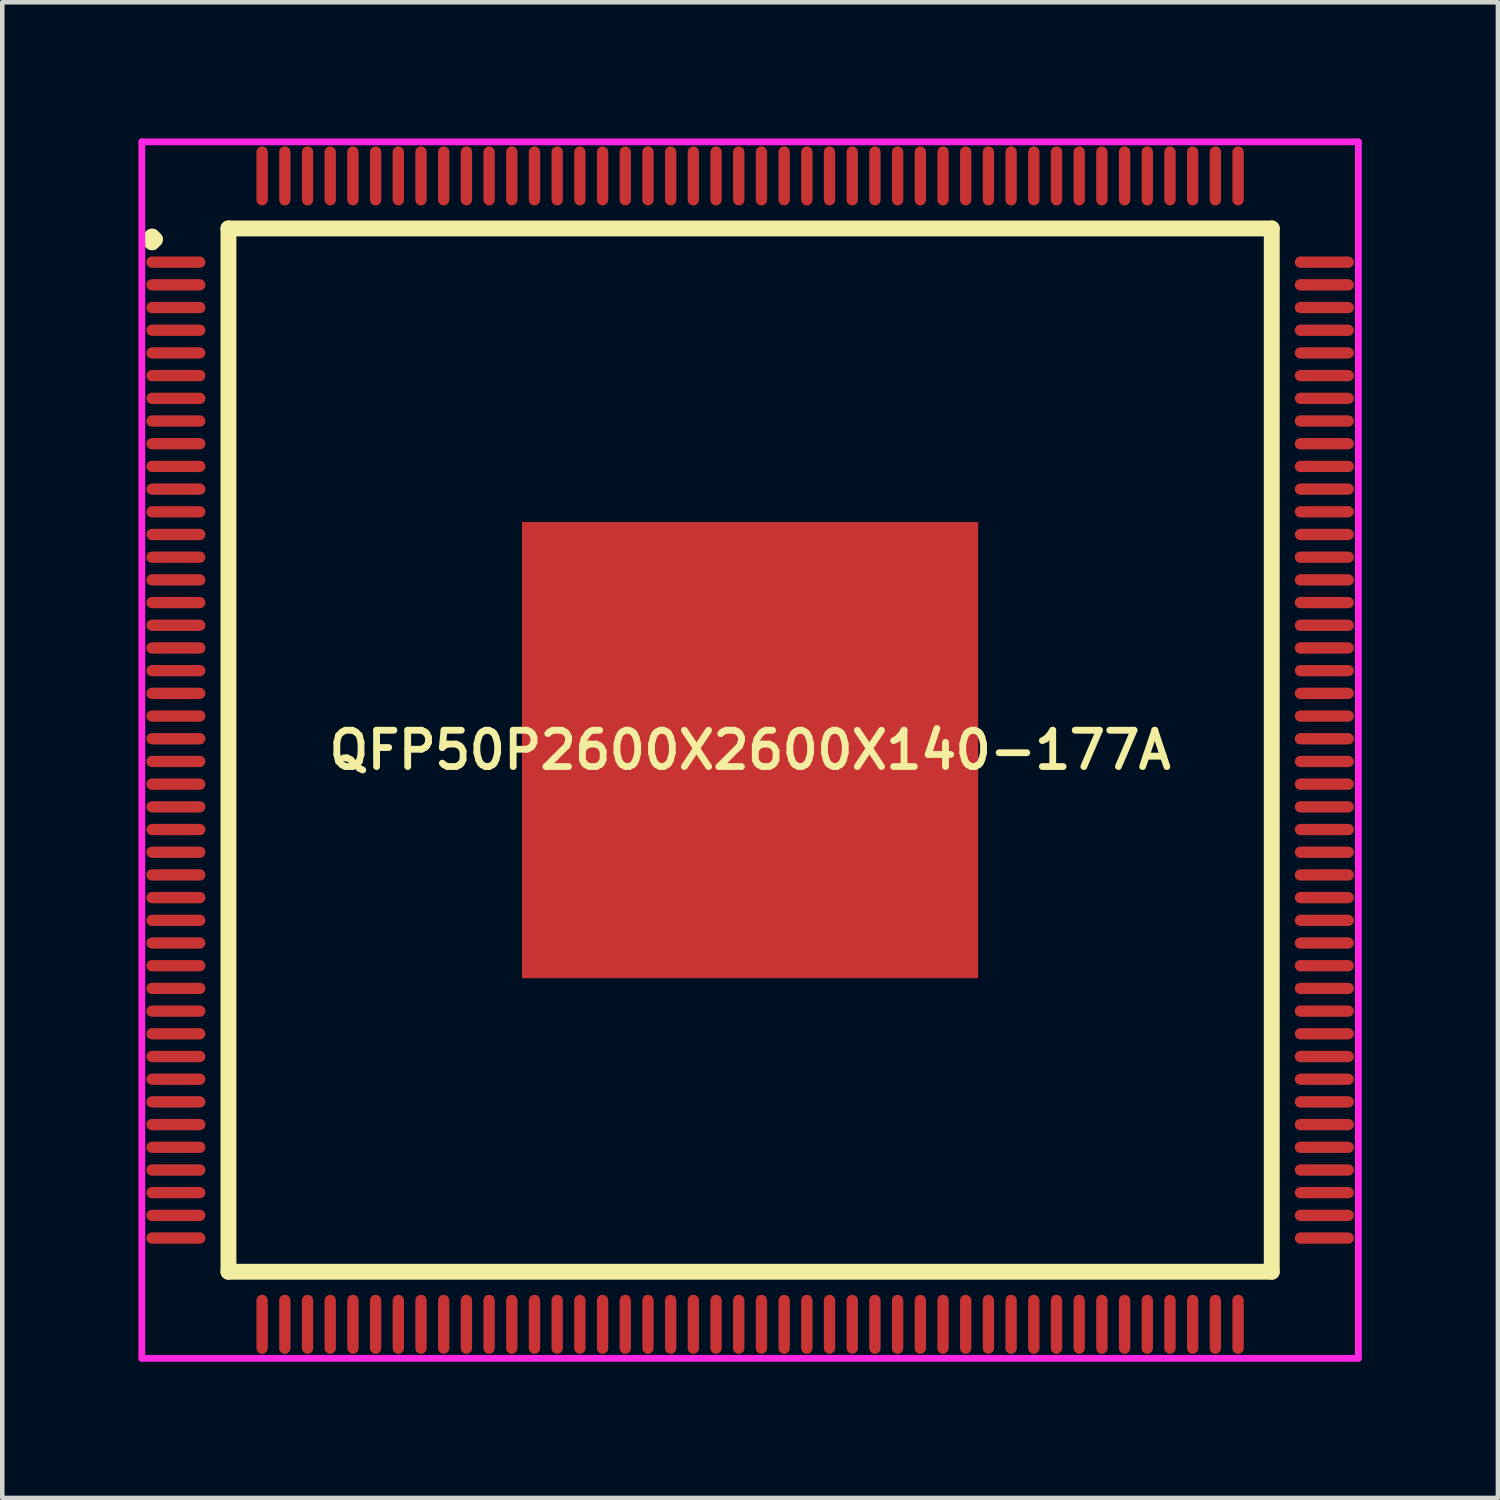
<source format=kicad_pcb>
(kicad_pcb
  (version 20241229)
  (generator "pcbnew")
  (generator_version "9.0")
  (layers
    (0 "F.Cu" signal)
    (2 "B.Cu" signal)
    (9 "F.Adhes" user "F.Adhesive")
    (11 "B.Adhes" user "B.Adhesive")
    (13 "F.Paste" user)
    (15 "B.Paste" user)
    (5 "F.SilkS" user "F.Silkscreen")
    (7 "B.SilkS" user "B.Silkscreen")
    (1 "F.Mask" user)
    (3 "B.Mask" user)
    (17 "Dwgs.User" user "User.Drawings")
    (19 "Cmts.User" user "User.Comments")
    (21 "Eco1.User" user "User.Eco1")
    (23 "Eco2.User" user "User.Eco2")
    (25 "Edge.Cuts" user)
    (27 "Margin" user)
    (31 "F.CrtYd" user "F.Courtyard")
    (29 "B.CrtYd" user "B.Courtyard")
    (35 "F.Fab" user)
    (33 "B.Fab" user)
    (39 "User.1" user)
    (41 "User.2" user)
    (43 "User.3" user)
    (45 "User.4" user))
  (footprint "QFP50P2600X2600X140-177A"
    (layer "F.Cu")
    (at 13.475 13.475)
    (property "Reference" "QFP50P2600X2600X140-177A" (at 0 0 0) (layer "F.SilkS") (effects (font (size 0.8 0.8) (thickness 0.15))))
    (attr smd)
    (fp_line (start -13.238 -11.25) (end -13.175 -11.312) (stroke (width 0.35) (type solid)) (layer "F.SilkS"))
    (fp_line (start -13.175 -11.312) (end -13.113 -11.25) (stroke (width 0.35) (type solid)) (layer "F.SilkS"))
    (fp_line (start -13.175 -11.188) (end -13.238 -11.25) (stroke (width 0.35) (type solid)) (layer "F.SilkS"))
    (fp_line (start -13.113 -11.25) (end -13.175 -11.188) (stroke (width 0.35) (type solid)) (layer "F.SilkS"))
    (fp_line (start -11.492 -11.492) (end -11.492 11.492) (stroke (width 0.35) (type solid)) (layer "F.SilkS"))
    (fp_line (start -11.492 11.492) (end 11.492 11.492) (stroke (width 0.35) (type solid)) (layer "F.SilkS"))
    (fp_line (start 11.492 -11.492) (end -11.492 -11.492) (stroke (width 0.35) (type solid)) (layer "F.SilkS"))
    (fp_line (start 11.492 11.492) (end 11.492 -11.492) (stroke (width 0.35) (type solid)) (layer "F.SilkS"))
    (fp_line (start -13.4 -13.4) (end 13.4 -13.4) (stroke (width 0.15) (type solid)) (layer "F.CrtYd"))
    (fp_line (start -13.4 13.4) (end -13.4 -13.4) (stroke (width 0.15) (type solid)) (layer "F.CrtYd"))
    (fp_line (start 13.4 -13.4) (end 13.4 13.4) (stroke (width 0.15) (type solid)) (layer "F.CrtYd"))
    (fp_line (start 13.4 13.4) (end -13.4 13.4) (stroke (width 0.15) (type solid)) (layer "F.CrtYd"))
    (pad "1" smd oval (at -12.65 -10.75) (size 1.3 0.25) (layers "F.Cu" "F.Mask" "F.Paste"))
    (pad "2" smd oval (at -12.65 -10.25) (size 1.3 0.25) (layers "F.Cu" "F.Mask" "F.Paste"))
    (pad "3" smd oval (at -12.65 -9.75) (size 1.3 0.25) (layers "F.Cu" "F.Mask" "F.Paste"))
    (pad "4" smd oval (at -12.65 -9.25) (size 1.3 0.25) (layers "F.Cu" "F.Mask" "F.Paste"))
    (pad "5" smd oval (at -12.65 -8.75) (size 1.3 0.25) (layers "F.Cu" "F.Mask" "F.Paste"))
    (pad "6" smd oval (at -12.65 -8.25) (size 1.3 0.25) (layers "F.Cu" "F.Mask" "F.Paste"))
    (pad "7" smd oval (at -12.65 -7.75) (size 1.3 0.25) (layers "F.Cu" "F.Mask" "F.Paste"))
    (pad "8" smd oval (at -12.65 -7.25) (size 1.3 0.25) (layers "F.Cu" "F.Mask" "F.Paste"))
    (pad "9" smd oval (at -12.65 -6.75) (size 1.3 0.25) (layers "F.Cu" "F.Mask" "F.Paste"))
    (pad "10" smd oval (at -12.65 -6.25) (size 1.3 0.25) (layers "F.Cu" "F.Mask" "F.Paste"))
    (pad "11" smd oval (at -12.65 -5.75) (size 1.3 0.25) (layers "F.Cu" "F.Mask" "F.Paste"))
    (pad "12" smd oval (at -12.65 -5.25) (size 1.3 0.25) (layers "F.Cu" "F.Mask" "F.Paste"))
    (pad "13" smd oval (at -12.65 -4.75) (size 1.3 0.25) (layers "F.Cu" "F.Mask" "F.Paste"))
    (pad "14" smd oval (at -12.65 -4.25) (size 1.3 0.25) (layers "F.Cu" "F.Mask" "F.Paste"))
    (pad "15" smd oval (at -12.65 -3.75) (size 1.3 0.25) (layers "F.Cu" "F.Mask" "F.Paste"))
    (pad "16" smd oval (at -12.65 -3.25) (size 1.3 0.25) (layers "F.Cu" "F.Mask" "F.Paste"))
    (pad "17" smd oval (at -12.65 -2.75) (size 1.3 0.25) (layers "F.Cu" "F.Mask" "F.Paste"))
    (pad "18" smd oval (at -12.65 -2.25) (size 1.3 0.25) (layers "F.Cu" "F.Mask" "F.Paste"))
    (pad "19" smd oval (at -12.65 -1.75) (size 1.3 0.25) (layers "F.Cu" "F.Mask" "F.Paste"))
    (pad "20" smd oval (at -12.65 -1.25) (size 1.3 0.25) (layers "F.Cu" "F.Mask" "F.Paste"))
    (pad "21" smd oval (at -12.65 -0.75) (size 1.3 0.25) (layers "F.Cu" "F.Mask" "F.Paste"))
    (pad "22" smd oval (at -12.65 -0.25) (size 1.3 0.25) (layers "F.Cu" "F.Mask" "F.Paste"))
    (pad "23" smd oval (at -12.65 0.25) (size 1.3 0.25) (layers "F.Cu" "F.Mask" "F.Paste"))
    (pad "24" smd oval (at -12.65 0.75) (size 1.3 0.25) (layers "F.Cu" "F.Mask" "F.Paste"))
    (pad "25" smd oval (at -12.65 1.25) (size 1.3 0.25) (layers "F.Cu" "F.Mask" "F.Paste"))
    (pad "26" smd oval (at -12.65 1.75) (size 1.3 0.25) (layers "F.Cu" "F.Mask" "F.Paste"))
    (pad "27" smd oval (at -12.65 2.25) (size 1.3 0.25) (layers "F.Cu" "F.Mask" "F.Paste"))
    (pad "28" smd oval (at -12.65 2.75) (size 1.3 0.25) (layers "F.Cu" "F.Mask" "F.Paste"))
    (pad "29" smd oval (at -12.65 3.25) (size 1.3 0.25) (layers "F.Cu" "F.Mask" "F.Paste"))
    (pad "30" smd oval (at -12.65 3.75) (size 1.3 0.25) (layers "F.Cu" "F.Mask" "F.Paste"))
    (pad "31" smd oval (at -12.65 4.25) (size 1.3 0.25) (layers "F.Cu" "F.Mask" "F.Paste"))
    (pad "32" smd oval (at -12.65 4.75) (size 1.3 0.25) (layers "F.Cu" "F.Mask" "F.Paste"))
    (pad "33" smd oval (at -12.65 5.25) (size 1.3 0.25) (layers "F.Cu" "F.Mask" "F.Paste"))
    (pad "34" smd oval (at -12.65 5.75) (size 1.3 0.25) (layers "F.Cu" "F.Mask" "F.Paste"))
    (pad "35" smd oval (at -12.65 6.25) (size 1.3 0.25) (layers "F.Cu" "F.Mask" "F.Paste"))
    (pad "36" smd oval (at -12.65 6.75) (size 1.3 0.25) (layers "F.Cu" "F.Mask" "F.Paste"))
    (pad "37" smd oval (at -12.65 7.25) (size 1.3 0.25) (layers "F.Cu" "F.Mask" "F.Paste"))
    (pad "38" smd oval (at -12.65 7.75) (size 1.3 0.25) (layers "F.Cu" "F.Mask" "F.Paste"))
    (pad "39" smd oval (at -12.65 8.25) (size 1.3 0.25) (layers "F.Cu" "F.Mask" "F.Paste"))
    (pad "40" smd oval (at -12.65 8.75) (size 1.3 0.25) (layers "F.Cu" "F.Mask" "F.Paste"))
    (pad "41" smd oval (at -12.65 9.25) (size 1.3 0.25) (layers "F.Cu" "F.Mask" "F.Paste"))
    (pad "42" smd oval (at -12.65 9.75) (size 1.3 0.25) (layers "F.Cu" "F.Mask" "F.Paste"))
    (pad "43" smd oval (at -12.65 10.25) (size 1.3 0.25) (layers "F.Cu" "F.Mask" "F.Paste"))
    (pad "44" smd oval (at -12.65 10.75) (size 1.3 0.25) (layers "F.Cu" "F.Mask" "F.Paste"))
    (pad "45" smd oval (at -10.75 12.65) (size 0.25 1.3) (layers "F.Cu" "F.Mask" "F.Paste"))
    (pad "46" smd oval (at -10.25 12.65) (size 0.25 1.3) (layers "F.Cu" "F.Mask" "F.Paste"))
    (pad "47" smd oval (at -9.75 12.65) (size 0.25 1.3) (layers "F.Cu" "F.Mask" "F.Paste"))
    (pad "48" smd oval (at -9.25 12.65) (size 0.25 1.3) (layers "F.Cu" "F.Mask" "F.Paste"))
    (pad "49" smd oval (at -8.75 12.65) (size 0.25 1.3) (layers "F.Cu" "F.Mask" "F.Paste"))
    (pad "50" smd oval (at -8.25 12.65) (size 0.25 1.3) (layers "F.Cu" "F.Mask" "F.Paste"))
    (pad "51" smd oval (at -7.75 12.65) (size 0.25 1.3) (layers "F.Cu" "F.Mask" "F.Paste"))
    (pad "52" smd oval (at -7.25 12.65) (size 0.25 1.3) (layers "F.Cu" "F.Mask" "F.Paste"))
    (pad "53" smd oval (at -6.75 12.65) (size 0.25 1.3) (layers "F.Cu" "F.Mask" "F.Paste"))
    (pad "54" smd oval (at -6.25 12.65) (size 0.25 1.3) (layers "F.Cu" "F.Mask" "F.Paste"))
    (pad "55" smd oval (at -5.75 12.65) (size 0.25 1.3) (layers "F.Cu" "F.Mask" "F.Paste"))
    (pad "56" smd oval (at -5.25 12.65) (size 0.25 1.3) (layers "F.Cu" "F.Mask" "F.Paste"))
    (pad "57" smd oval (at -4.75 12.65) (size 0.25 1.3) (layers "F.Cu" "F.Mask" "F.Paste"))
    (pad "58" smd oval (at -4.25 12.65) (size 0.25 1.3) (layers "F.Cu" "F.Mask" "F.Paste"))
    (pad "59" smd oval (at -3.75 12.65) (size 0.25 1.3) (layers "F.Cu" "F.Mask" "F.Paste"))
    (pad "60" smd oval (at -3.25 12.65) (size 0.25 1.3) (layers "F.Cu" "F.Mask" "F.Paste"))
    (pad "61" smd oval (at -2.75 12.65) (size 0.25 1.3) (layers "F.Cu" "F.Mask" "F.Paste"))
    (pad "62" smd oval (at -2.25 12.65) (size 0.25 1.3) (layers "F.Cu" "F.Mask" "F.Paste"))
    (pad "63" smd oval (at -1.75 12.65) (size 0.25 1.3) (layers "F.Cu" "F.Mask" "F.Paste"))
    (pad "64" smd oval (at -1.25 12.65) (size 0.25 1.3) (layers "F.Cu" "F.Mask" "F.Paste"))
    (pad "65" smd oval (at -0.75 12.65) (size 0.25 1.3) (layers "F.Cu" "F.Mask" "F.Paste"))
    (pad "66" smd oval (at -0.25 12.65) (size 0.25 1.3) (layers "F.Cu" "F.Mask" "F.Paste"))
    (pad "67" smd oval (at 0.25 12.65) (size 0.25 1.3) (layers "F.Cu" "F.Mask" "F.Paste"))
    (pad "68" smd oval (at 0.75 12.65) (size 0.25 1.3) (layers "F.Cu" "F.Mask" "F.Paste"))
    (pad "69" smd oval (at 1.25 12.65) (size 0.25 1.3) (layers "F.Cu" "F.Mask" "F.Paste"))
    (pad "70" smd oval (at 1.75 12.65) (size 0.25 1.3) (layers "F.Cu" "F.Mask" "F.Paste"))
    (pad "71" smd oval (at 2.25 12.65) (size 0.25 1.3) (layers "F.Cu" "F.Mask" "F.Paste"))
    (pad "72" smd oval (at 2.75 12.65) (size 0.25 1.3) (layers "F.Cu" "F.Mask" "F.Paste"))
    (pad "73" smd oval (at 3.25 12.65) (size 0.25 1.3) (layers "F.Cu" "F.Mask" "F.Paste"))
    (pad "74" smd oval (at 3.75 12.65) (size 0.25 1.3) (layers "F.Cu" "F.Mask" "F.Paste"))
    (pad "75" smd oval (at 4.25 12.65) (size 0.25 1.3) (layers "F.Cu" "F.Mask" "F.Paste"))
    (pad "76" smd oval (at 4.75 12.65) (size 0.25 1.3) (layers "F.Cu" "F.Mask" "F.Paste"))
    (pad "77" smd oval (at 5.25 12.65) (size 0.25 1.3) (layers "F.Cu" "F.Mask" "F.Paste"))
    (pad "78" smd oval (at 5.75 12.65) (size 0.25 1.3) (layers "F.Cu" "F.Mask" "F.Paste"))
    (pad "79" smd oval (at 6.25 12.65) (size 0.25 1.3) (layers "F.Cu" "F.Mask" "F.Paste"))
    (pad "80" smd oval (at 6.75 12.65) (size 0.25 1.3) (layers "F.Cu" "F.Mask" "F.Paste"))
    (pad "81" smd oval (at 7.25 12.65) (size 0.25 1.3) (layers "F.Cu" "F.Mask" "F.Paste"))
    (pad "82" smd oval (at 7.75 12.65) (size 0.25 1.3) (layers "F.Cu" "F.Mask" "F.Paste"))
    (pad "83" smd oval (at 8.25 12.65) (size 0.25 1.3) (layers "F.Cu" "F.Mask" "F.Paste"))
    (pad "84" smd oval (at 8.75 12.65) (size 0.25 1.3) (layers "F.Cu" "F.Mask" "F.Paste"))
    (pad "85" smd oval (at 9.25 12.65) (size 0.25 1.3) (layers "F.Cu" "F.Mask" "F.Paste"))
    (pad "86" smd oval (at 9.75 12.65) (size 0.25 1.3) (layers "F.Cu" "F.Mask" "F.Paste"))
    (pad "87" smd oval (at 10.25 12.65) (size 0.25 1.3) (layers "F.Cu" "F.Mask" "F.Paste"))
    (pad "88" smd oval (at 10.75 12.65) (size 0.25 1.3) (layers "F.Cu" "F.Mask" "F.Paste"))
    (pad "89" smd oval (at 12.65 10.75) (size 1.3 0.25) (layers "F.Cu" "F.Mask" "F.Paste"))
    (pad "90" smd oval (at 12.65 10.25) (size 1.3 0.25) (layers "F.Cu" "F.Mask" "F.Paste"))
    (pad "91" smd oval (at 12.65 9.75) (size 1.3 0.25) (layers "F.Cu" "F.Mask" "F.Paste"))
    (pad "92" smd oval (at 12.65 9.25) (size 1.3 0.25) (layers "F.Cu" "F.Mask" "F.Paste"))
    (pad "93" smd oval (at 12.65 8.75) (size 1.3 0.25) (layers "F.Cu" "F.Mask" "F.Paste"))
    (pad "94" smd oval (at 12.65 8.25) (size 1.3 0.25) (layers "F.Cu" "F.Mask" "F.Paste"))
    (pad "95" smd oval (at 12.65 7.75) (size 1.3 0.25) (layers "F.Cu" "F.Mask" "F.Paste"))
    (pad "96" smd oval (at 12.65 7.25) (size 1.3 0.25) (layers "F.Cu" "F.Mask" "F.Paste"))
    (pad "97" smd oval (at 12.65 6.75) (size 1.3 0.25) (layers "F.Cu" "F.Mask" "F.Paste"))
    (pad "98" smd oval (at 12.65 6.25) (size 1.3 0.25) (layers "F.Cu" "F.Mask" "F.Paste"))
    (pad "99" smd oval (at 12.65 5.75) (size 1.3 0.25) (layers "F.Cu" "F.Mask" "F.Paste"))
    (pad "100" smd oval (at 12.65 5.25) (size 1.3 0.25) (layers "F.Cu" "F.Mask" "F.Paste"))
    (pad "101" smd oval (at 12.65 4.75) (size 1.3 0.25) (layers "F.Cu" "F.Mask" "F.Paste"))
    (pad "102" smd oval (at 12.65 4.25) (size 1.3 0.25) (layers "F.Cu" "F.Mask" "F.Paste"))
    (pad "103" smd oval (at 12.65 3.75) (size 1.3 0.25) (layers "F.Cu" "F.Mask" "F.Paste"))
    (pad "104" smd oval (at 12.65 3.25) (size 1.3 0.25) (layers "F.Cu" "F.Mask" "F.Paste"))
    (pad "105" smd oval (at 12.65 2.75) (size 1.3 0.25) (layers "F.Cu" "F.Mask" "F.Paste"))
    (pad "106" smd oval (at 12.65 2.25) (size 1.3 0.25) (layers "F.Cu" "F.Mask" "F.Paste"))
    (pad "107" smd oval (at 12.65 1.75) (size 1.3 0.25) (layers "F.Cu" "F.Mask" "F.Paste"))
    (pad "108" smd oval (at 12.65 1.25) (size 1.3 0.25) (layers "F.Cu" "F.Mask" "F.Paste"))
    (pad "109" smd oval (at 12.65 0.75) (size 1.3 0.25) (layers "F.Cu" "F.Mask" "F.Paste"))
    (pad "110" smd oval (at 12.65 0.25) (size 1.3 0.25) (layers "F.Cu" "F.Mask" "F.Paste"))
    (pad "111" smd oval (at 12.65 -0.25) (size 1.3 0.25) (layers "F.Cu" "F.Mask" "F.Paste"))
    (pad "112" smd oval (at 12.65 -0.75) (size 1.3 0.25) (layers "F.Cu" "F.Mask" "F.Paste"))
    (pad "113" smd oval (at 12.65 -1.25) (size 1.3 0.25) (layers "F.Cu" "F.Mask" "F.Paste"))
    (pad "114" smd oval (at 12.65 -1.75) (size 1.3 0.25) (layers "F.Cu" "F.Mask" "F.Paste"))
    (pad "115" smd oval (at 12.65 -2.25) (size 1.3 0.25) (layers "F.Cu" "F.Mask" "F.Paste"))
    (pad "116" smd oval (at 12.65 -2.75) (size 1.3 0.25) (layers "F.Cu" "F.Mask" "F.Paste"))
    (pad "117" smd oval (at 12.65 -3.25) (size 1.3 0.25) (layers "F.Cu" "F.Mask" "F.Paste"))
    (pad "118" smd oval (at 12.65 -3.75) (size 1.3 0.25) (layers "F.Cu" "F.Mask" "F.Paste"))
    (pad "119" smd oval (at 12.65 -4.25) (size 1.3 0.25) (layers "F.Cu" "F.Mask" "F.Paste"))
    (pad "120" smd oval (at 12.65 -4.75) (size 1.3 0.25) (layers "F.Cu" "F.Mask" "F.Paste"))
    (pad "121" smd oval (at 12.65 -5.25) (size 1.3 0.25) (layers "F.Cu" "F.Mask" "F.Paste"))
    (pad "122" smd oval (at 12.65 -5.75) (size 1.3 0.25) (layers "F.Cu" "F.Mask" "F.Paste"))
    (pad "123" smd oval (at 12.65 -6.25) (size 1.3 0.25) (layers "F.Cu" "F.Mask" "F.Paste"))
    (pad "124" smd oval (at 12.65 -6.75) (size 1.3 0.25) (layers "F.Cu" "F.Mask" "F.Paste"))
    (pad "125" smd oval (at 12.65 -7.25) (size 1.3 0.25) (layers "F.Cu" "F.Mask" "F.Paste"))
    (pad "126" smd oval (at 12.65 -7.75) (size 1.3 0.25) (layers "F.Cu" "F.Mask" "F.Paste"))
    (pad "127" smd oval (at 12.65 -8.25) (size 1.3 0.25) (layers "F.Cu" "F.Mask" "F.Paste"))
    (pad "128" smd oval (at 12.65 -8.75) (size 1.3 0.25) (layers "F.Cu" "F.Mask" "F.Paste"))
    (pad "129" smd oval (at 12.65 -9.25) (size 1.3 0.25) (layers "F.Cu" "F.Mask" "F.Paste"))
    (pad "130" smd oval (at 12.65 -9.75) (size 1.3 0.25) (layers "F.Cu" "F.Mask" "F.Paste"))
    (pad "131" smd oval (at 12.65 -10.25) (size 1.3 0.25) (layers "F.Cu" "F.Mask" "F.Paste"))
    (pad "132" smd oval (at 12.65 -10.75) (size 1.3 0.25) (layers "F.Cu" "F.Mask" "F.Paste"))
    (pad "133" smd oval (at 10.75 -12.65) (size 0.25 1.3) (layers "F.Cu" "F.Mask" "F.Paste"))
    (pad "134" smd oval (at 10.25 -12.65) (size 0.25 1.3) (layers "F.Cu" "F.Mask" "F.Paste"))
    (pad "135" smd oval (at 9.75 -12.65) (size 0.25 1.3) (layers "F.Cu" "F.Mask" "F.Paste"))
    (pad "136" smd oval (at 9.25 -12.65) (size 0.25 1.3) (layers "F.Cu" "F.Mask" "F.Paste"))
    (pad "137" smd oval (at 8.75 -12.65) (size 0.25 1.3) (layers "F.Cu" "F.Mask" "F.Paste"))
    (pad "138" smd oval (at 8.25 -12.65) (size 0.25 1.3) (layers "F.Cu" "F.Mask" "F.Paste"))
    (pad "139" smd oval (at 7.75 -12.65) (size 0.25 1.3) (layers "F.Cu" "F.Mask" "F.Paste"))
    (pad "140" smd oval (at 7.25 -12.65) (size 0.25 1.3) (layers "F.Cu" "F.Mask" "F.Paste"))
    (pad "141" smd oval (at 6.75 -12.65) (size 0.25 1.3) (layers "F.Cu" "F.Mask" "F.Paste"))
    (pad "142" smd oval (at 6.25 -12.65) (size 0.25 1.3) (layers "F.Cu" "F.Mask" "F.Paste"))
    (pad "143" smd oval (at 5.75 -12.65) (size 0.25 1.3) (layers "F.Cu" "F.Mask" "F.Paste"))
    (pad "144" smd oval (at 5.25 -12.65) (size 0.25 1.3) (layers "F.Cu" "F.Mask" "F.Paste"))
    (pad "145" smd oval (at 4.75 -12.65) (size 0.25 1.3) (layers "F.Cu" "F.Mask" "F.Paste"))
    (pad "146" smd oval (at 4.25 -12.65) (size 0.25 1.3) (layers "F.Cu" "F.Mask" "F.Paste"))
    (pad "147" smd oval (at 3.75 -12.65) (size 0.25 1.3) (layers "F.Cu" "F.Mask" "F.Paste"))
    (pad "148" smd oval (at 3.25 -12.65) (size 0.25 1.3) (layers "F.Cu" "F.Mask" "F.Paste"))
    (pad "149" smd oval (at 2.75 -12.65) (size 0.25 1.3) (layers "F.Cu" "F.Mask" "F.Paste"))
    (pad "150" smd oval (at 2.25 -12.65) (size 0.25 1.3) (layers "F.Cu" "F.Mask" "F.Paste"))
    (pad "151" smd oval (at 1.75 -12.65) (size 0.25 1.3) (layers "F.Cu" "F.Mask" "F.Paste"))
    (pad "152" smd oval (at 1.25 -12.65) (size 0.25 1.3) (layers "F.Cu" "F.Mask" "F.Paste"))
    (pad "153" smd oval (at 0.75 -12.65) (size 0.25 1.3) (layers "F.Cu" "F.Mask" "F.Paste"))
    (pad "154" smd oval (at 0.25 -12.65) (size 0.25 1.3) (layers "F.Cu" "F.Mask" "F.Paste"))
    (pad "155" smd oval (at -0.25 -12.65) (size 0.25 1.3) (layers "F.Cu" "F.Mask" "F.Paste"))
    (pad "156" smd oval (at -0.75 -12.65) (size 0.25 1.3) (layers "F.Cu" "F.Mask" "F.Paste"))
    (pad "157" smd oval (at -1.25 -12.65) (size 0.25 1.3) (layers "F.Cu" "F.Mask" "F.Paste"))
    (pad "158" smd oval (at -1.75 -12.65) (size 0.25 1.3) (layers "F.Cu" "F.Mask" "F.Paste"))
    (pad "159" smd oval (at -2.25 -12.65) (size 0.25 1.3) (layers "F.Cu" "F.Mask" "F.Paste"))
    (pad "160" smd oval (at -2.75 -12.65) (size 0.25 1.3) (layers "F.Cu" "F.Mask" "F.Paste"))
    (pad "161" smd oval (at -3.25 -12.65) (size 0.25 1.3) (layers "F.Cu" "F.Mask" "F.Paste"))
    (pad "162" smd oval (at -3.75 -12.65) (size 0.25 1.3) (layers "F.Cu" "F.Mask" "F.Paste"))
    (pad "163" smd oval (at -4.25 -12.65) (size 0.25 1.3) (layers "F.Cu" "F.Mask" "F.Paste"))
    (pad "164" smd oval (at -4.75 -12.65) (size 0.25 1.3) (layers "F.Cu" "F.Mask" "F.Paste"))
    (pad "165" smd oval (at -5.25 -12.65) (size 0.25 1.3) (layers "F.Cu" "F.Mask" "F.Paste"))
    (pad "166" smd oval (at -5.75 -12.65) (size 0.25 1.3) (layers "F.Cu" "F.Mask" "F.Paste"))
    (pad "167" smd oval (at -6.25 -12.65) (size 0.25 1.3) (layers "F.Cu" "F.Mask" "F.Paste"))
    (pad "168" smd oval (at -6.75 -12.65) (size 0.25 1.3) (layers "F.Cu" "F.Mask" "F.Paste"))
    (pad "169" smd oval (at -7.25 -12.65) (size 0.25 1.3) (layers "F.Cu" "F.Mask" "F.Paste"))
    (pad "170" smd oval (at -7.75 -12.65) (size 0.25 1.3) (layers "F.Cu" "F.Mask" "F.Paste"))
    (pad "171" smd oval (at -8.25 -12.65) (size 0.25 1.3) (layers "F.Cu" "F.Mask" "F.Paste"))
    (pad "172" smd oval (at -8.75 -12.65) (size 0.25 1.3) (layers "F.Cu" "F.Mask" "F.Paste"))
    (pad "173" smd oval (at -9.25 -12.65) (size 0.25 1.3) (layers "F.Cu" "F.Mask" "F.Paste"))
    (pad "174" smd oval (at -9.75 -12.65) (size 0.25 1.3) (layers "F.Cu" "F.Mask" "F.Paste"))
    (pad "175" smd oval (at -10.25 -12.65) (size 0.25 1.3) (layers "F.Cu" "F.Mask" "F.Paste"))
    (pad "176" smd oval (at -10.75 -12.65) (size 0.25 1.3) (layers "F.Cu" "F.Mask" "F.Paste"))
    (pad "177" smd rect (at 0 0) (size 10.05 10.05) (layers "F.Cu" "F.Mask" "F.Paste")))
  (gr_rect
    (start -3 -3)
    (end 29.95 29.95)
    (stroke (width 0.1) (type default))
    (fill no)
    (layer "Edge.Cuts")))
</source>
